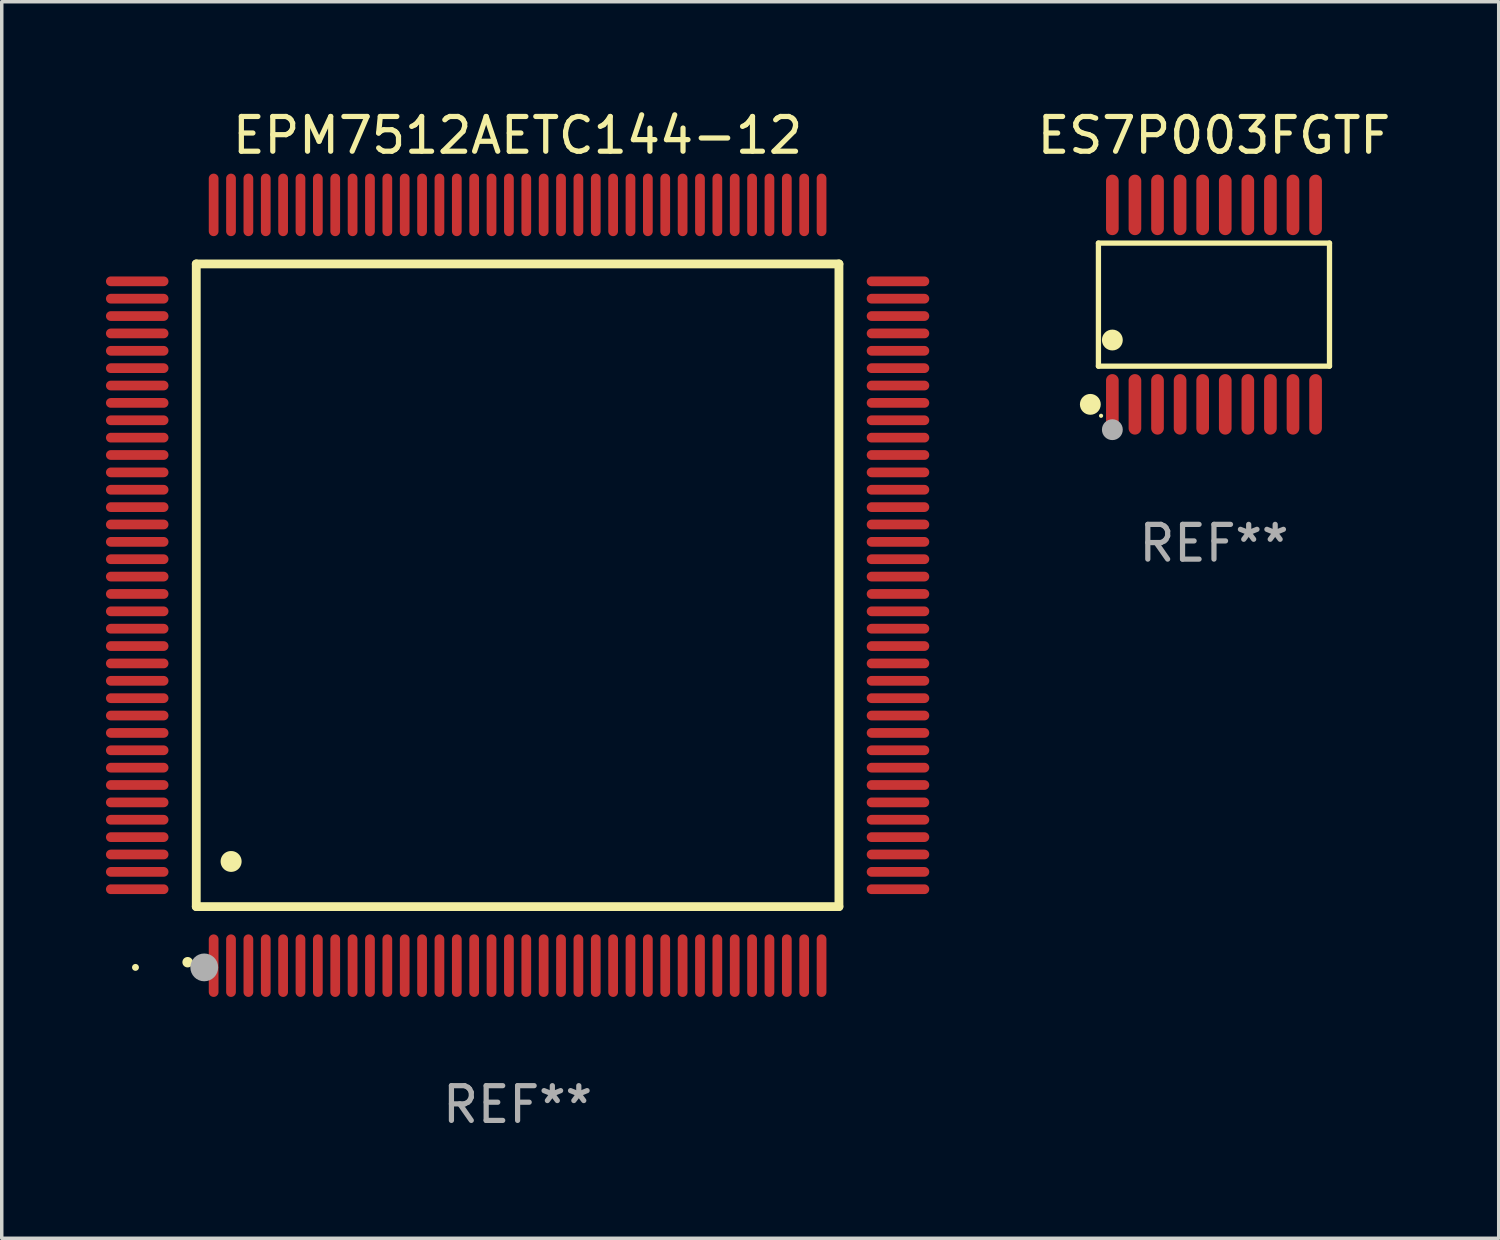
<source format=kicad_pcb>
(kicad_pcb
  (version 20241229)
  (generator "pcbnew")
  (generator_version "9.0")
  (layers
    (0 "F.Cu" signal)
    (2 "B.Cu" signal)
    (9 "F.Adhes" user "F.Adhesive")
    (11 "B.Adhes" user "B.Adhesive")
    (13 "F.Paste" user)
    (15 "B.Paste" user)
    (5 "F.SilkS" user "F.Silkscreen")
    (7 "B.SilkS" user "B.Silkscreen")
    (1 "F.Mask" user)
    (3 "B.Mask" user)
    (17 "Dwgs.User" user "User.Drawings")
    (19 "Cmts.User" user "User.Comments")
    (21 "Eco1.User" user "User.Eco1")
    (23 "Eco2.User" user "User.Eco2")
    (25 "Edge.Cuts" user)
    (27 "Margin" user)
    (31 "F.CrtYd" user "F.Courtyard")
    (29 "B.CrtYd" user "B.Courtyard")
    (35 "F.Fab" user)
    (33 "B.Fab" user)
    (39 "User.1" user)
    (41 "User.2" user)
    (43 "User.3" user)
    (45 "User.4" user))
  (footprint "ES7P003FGTF"
    (layer "F.Cu")
    (at 31.896 5.719)
    (property "Reference" "ES7P003FGTF" (at 0 -4.871 0) (layer "F.SilkS") (effects (font (size 1 1) (thickness 0.15))))
    (attr through_hole)
    (fp_line (start -3.326 -1.771) (end 3.326 -1.771) (stroke (width 0.152) (type solid)) (layer "F.SilkS"))
    (fp_line (start -3.326 1.771) (end -3.326 -1.771) (stroke (width 0.152) (type solid)) (layer "F.SilkS"))
    (fp_line (start 3.326 -1.771) (end 3.326 1.771) (stroke (width 0.152) (type solid)) (layer "F.SilkS"))
    (fp_line (start 3.326 1.771) (end -3.326 1.771) (stroke (width 0.152) (type solid)) (layer "F.SilkS"))
    (fp_circle (center -3.559 2.871) (end -3.409 2.871) (stroke (width 0.3) (type solid)) (fill no) (layer "F.SilkS"))
    (fp_circle (center -3.25 3.2) (end -3.22 3.2) (stroke (width 0.06) (type solid)) (fill no) (layer "F.SilkS"))
    (fp_circle (center -2.925 1.019) (end -2.775 1.019) (stroke (width 0.3) (type solid)) (fill no) (layer "F.SilkS"))
    (fp_circle (center -2.925 3.6) (end -2.775 3.6) (stroke (width 0.3) (type solid)) (fill no) (layer "F.Fab"))
    (fp_text user "REF**" (at 0 6.871 0) (layer "F.Fab") (effects (font (size 1 1) (thickness 0.15))))
    (pad "1" smd oval (at -2.925 2.871) (size 0.364 1.742) (layers "F.Cu" "F.Mask" "F.Paste"))
    (pad "2" smd oval (at -2.275 2.871) (size 0.364 1.742) (layers "F.Cu" "F.Mask" "F.Paste"))
    (pad "3" smd oval (at -1.625 2.871) (size 0.364 1.742) (layers "F.Cu" "F.Mask" "F.Paste"))
    (pad "4" smd oval (at -0.975 2.871) (size 0.364 1.742) (layers "F.Cu" "F.Mask" "F.Paste"))
    (pad "5" smd oval (at -0.325 2.871) (size 0.364 1.742) (layers "F.Cu" "F.Mask" "F.Paste"))
    (pad "6" smd oval (at 0.325 2.871) (size 0.364 1.742) (layers "F.Cu" "F.Mask" "F.Paste"))
    (pad "7" smd oval (at 0.975 2.871) (size 0.364 1.742) (layers "F.Cu" "F.Mask" "F.Paste"))
    (pad "8" smd oval (at 1.625 2.871) (size 0.364 1.742) (layers "F.Cu" "F.Mask" "F.Paste"))
    (pad "9" smd oval (at 2.275 2.871) (size 0.364 1.742) (layers "F.Cu" "F.Mask" "F.Paste"))
    (pad "10" smd oval (at 2.925 2.871) (size 0.364 1.742) (layers "F.Cu" "F.Mask" "F.Paste"))
    (pad "11" smd oval (at 2.925 -2.871) (size 0.364 1.742) (layers "F.Cu" "F.Mask" "F.Paste"))
    (pad "12" smd oval (at 2.275 -2.871) (size 0.364 1.742) (layers "F.Cu" "F.Mask" "F.Paste"))
    (pad "13" smd oval (at 1.625 -2.871) (size 0.364 1.742) (layers "F.Cu" "F.Mask" "F.Paste"))
    (pad "14" smd oval (at 0.975 -2.871) (size 0.364 1.742) (layers "F.Cu" "F.Mask" "F.Paste"))
    (pad "15" smd oval (at 0.325 -2.871) (size 0.364 1.742) (layers "F.Cu" "F.Mask" "F.Paste"))
    (pad "16" smd oval (at -0.325 -2.871) (size 0.364 1.742) (layers "F.Cu" "F.Mask" "F.Paste"))
    (pad "17" smd oval (at -0.975 -2.871) (size 0.364 1.742) (layers "F.Cu" "F.Mask" "F.Paste"))
    (pad "18" smd oval (at -1.625 -2.871) (size 0.364 1.742) (layers "F.Cu" "F.Mask" "F.Paste"))
    (pad "19" smd oval (at -2.275 -2.871) (size 0.364 1.742) (layers "F.Cu" "F.Mask" "F.Paste"))
    (pad "20" smd oval (at -2.925 -2.871) (size 0.364 1.742) (layers "F.Cu" "F.Mask" "F.Paste")))
  (footprint "EPM7512AETC144-12"
    (layer "F.Cu")
    (at 11.85 13.798)
    (property "Reference" "EPM7512AETC144-12" (at 0 -12.95 0) (layer "F.SilkS") (effects (font (size 1 1) (thickness 0.15))))
    (attr through_hole)
    (fp_line (start -9.25 -9.25) (end -9.25 9.25) (stroke (width 0.254) (type solid)) (layer "F.SilkS"))
    (fp_line (start -9.25 9.25) (end 9.25 9.25) (stroke (width 0.254) (type solid)) (layer "F.SilkS"))
    (fp_line (start 9.25 -9.25) (end -9.25 -9.25) (stroke (width 0.254) (type solid)) (layer "F.SilkS"))
    (fp_line (start 9.25 9.25) (end 9.25 -9.25) (stroke (width 0.254) (type solid)) (layer "F.SilkS"))
    (fp_arc (start -9.499619 10.850902) (mid -9.498349 10.850897) (end -9.497079 10.850902) (stroke (width 0.3) (type solid)) (layer "F.SilkS"))
    (fp_arc (start -8.249936 7.950216) (mid -8.247396 7.950205) (end -8.244856 7.950216) (stroke (width 0.6) (type solid)) (layer "F.SilkS"))
    (fp_circle (center -11 11) (end -10.95 11) (stroke (width 0.1) (type solid)) (fill no) (layer "F.SilkS"))
    (fp_circle (center -9.02 11) (end -8.82 11) (stroke (width 0.4) (type solid)) (fill no) (layer "F.Fab"))
    (fp_text user "REF**" (at 0 14.95 0) (layer "F.Fab") (effects (font (size 1 1) (thickness 0.15))))
    (pad "1" smd oval (at -8.75 10.95) (size 0.28 1.8) (layers "F.Cu" "F.Mask" "F.Paste"))
    (pad "2" smd oval (at -8.25 10.95) (size 0.28 1.8) (layers "F.Cu" "F.Mask" "F.Paste"))
    (pad "3" smd oval (at -7.75 10.95) (size 0.28 1.8) (layers "F.Cu" "F.Mask" "F.Paste"))
    (pad "4" smd oval (at -7.25 10.95) (size 0.28 1.8) (layers "F.Cu" "F.Mask" "F.Paste"))
    (pad "5" smd oval (at -6.75 10.95) (size 0.28 1.8) (layers "F.Cu" "F.Mask" "F.Paste"))
    (pad "6" smd oval (at -6.25 10.95) (size 0.28 1.8) (layers "F.Cu" "F.Mask" "F.Paste"))
    (pad "7" smd oval (at -5.75 10.95) (size 0.28 1.8) (layers "F.Cu" "F.Mask" "F.Paste"))
    (pad "8" smd oval (at -5.25 10.95) (size 0.28 1.8) (layers "F.Cu" "F.Mask" "F.Paste"))
    (pad "9" smd oval (at -4.75 10.95) (size 0.28 1.8) (layers "F.Cu" "F.Mask" "F.Paste"))
    (pad "10" smd oval (at -4.25 10.95) (size 0.28 1.8) (layers "F.Cu" "F.Mask" "F.Paste"))
    (pad "11" smd oval (at -3.75 10.95) (size 0.28 1.8) (layers "F.Cu" "F.Mask" "F.Paste"))
    (pad "12" smd oval (at -3.25 10.95) (size 0.28 1.8) (layers "F.Cu" "F.Mask" "F.Paste"))
    (pad "13" smd oval (at -2.75 10.95) (size 0.28 1.8) (layers "F.Cu" "F.Mask" "F.Paste"))
    (pad "14" smd oval (at -2.25 10.95) (size 0.28 1.8) (layers "F.Cu" "F.Mask" "F.Paste"))
    (pad "15" smd oval (at -1.75 10.95) (size 0.28 1.8) (layers "F.Cu" "F.Mask" "F.Paste"))
    (pad "16" smd oval (at -1.25 10.95) (size 0.28 1.8) (layers "F.Cu" "F.Mask" "F.Paste"))
    (pad "17" smd oval (at -0.75 10.95) (size 0.28 1.8) (layers "F.Cu" "F.Mask" "F.Paste"))
    (pad "18" smd oval (at -0.25 10.95) (size 0.28 1.8) (layers "F.Cu" "F.Mask" "F.Paste"))
    (pad "19" smd oval (at 0.25 10.95) (size 0.28 1.8) (layers "F.Cu" "F.Mask" "F.Paste"))
    (pad "20" smd oval (at 0.75 10.95) (size 0.28 1.8) (layers "F.Cu" "F.Mask" "F.Paste"))
    (pad "21" smd oval (at 1.25 10.95) (size 0.28 1.8) (layers "F.Cu" "F.Mask" "F.Paste"))
    (pad "22" smd oval (at 1.75 10.95) (size 0.28 1.8) (layers "F.Cu" "F.Mask" "F.Paste"))
    (pad "23" smd oval (at 2.25 10.95) (size 0.28 1.8) (layers "F.Cu" "F.Mask" "F.Paste"))
    (pad "24" smd oval (at 2.75 10.95) (size 0.28 1.8) (layers "F.Cu" "F.Mask" "F.Paste"))
    (pad "25" smd oval (at 3.25 10.95) (size 0.28 1.8) (layers "F.Cu" "F.Mask" "F.Paste"))
    (pad "26" smd oval (at 3.75 10.95) (size 0.28 1.8) (layers "F.Cu" "F.Mask" "F.Paste"))
    (pad "27" smd oval (at 4.25 10.95) (size 0.28 1.8) (layers "F.Cu" "F.Mask" "F.Paste"))
    (pad "28" smd oval (at 4.75 10.95) (size 0.28 1.8) (layers "F.Cu" "F.Mask" "F.Paste"))
    (pad "29" smd oval (at 5.25 10.95) (size 0.28 1.8) (layers "F.Cu" "F.Mask" "F.Paste"))
    (pad "30" smd oval (at 5.75 10.95) (size 0.28 1.8) (layers "F.Cu" "F.Mask" "F.Paste"))
    (pad "31" smd oval (at 6.25 10.95) (size 0.28 1.8) (layers "F.Cu" "F.Mask" "F.Paste"))
    (pad "32" smd oval (at 6.75 10.95) (size 0.28 1.8) (layers "F.Cu" "F.Mask" "F.Paste"))
    (pad "33" smd oval (at 7.25 10.95) (size 0.28 1.8) (layers "F.Cu" "F.Mask" "F.Paste"))
    (pad "34" smd oval (at 7.75 10.95) (size 0.28 1.8) (layers "F.Cu" "F.Mask" "F.Paste"))
    (pad "35" smd oval (at 8.25 10.95) (size 0.28 1.8) (layers "F.Cu" "F.Mask" "F.Paste"))
    (pad "36" smd oval (at 8.75 10.95) (size 0.28 1.8) (layers "F.Cu" "F.Mask" "F.Paste"))
    (pad "37" smd oval (at 10.95 8.75) (size 1.8 0.28) (layers "F.Cu" "F.Mask" "F.Paste"))
    (pad "38" smd oval (at 10.95 8.25) (size 1.8 0.28) (layers "F.Cu" "F.Mask" "F.Paste"))
    (pad "39" smd oval (at 10.95 7.75) (size 1.8 0.28) (layers "F.Cu" "F.Mask" "F.Paste"))
    (pad "40" smd oval (at 10.95 7.25) (size 1.8 0.28) (layers "F.Cu" "F.Mask" "F.Paste"))
    (pad "41" smd oval (at 10.95 6.75) (size 1.8 0.28) (layers "F.Cu" "F.Mask" "F.Paste"))
    (pad "42" smd oval (at 10.95 6.25) (size 1.8 0.28) (layers "F.Cu" "F.Mask" "F.Paste"))
    (pad "43" smd oval (at 10.95 5.75) (size 1.8 0.28) (layers "F.Cu" "F.Mask" "F.Paste"))
    (pad "44" smd oval (at 10.95 5.25) (size 1.8 0.28) (layers "F.Cu" "F.Mask" "F.Paste"))
    (pad "45" smd oval (at 10.95 4.75) (size 1.8 0.28) (layers "F.Cu" "F.Mask" "F.Paste"))
    (pad "46" smd oval (at 10.95 4.25) (size 1.8 0.28) (layers "F.Cu" "F.Mask" "F.Paste"))
    (pad "47" smd oval (at 10.95 3.75) (size 1.8 0.28) (layers "F.Cu" "F.Mask" "F.Paste"))
    (pad "48" smd oval (at 10.95 3.25) (size 1.8 0.28) (layers "F.Cu" "F.Mask" "F.Paste"))
    (pad "49" smd oval (at 10.95 2.75) (size 1.8 0.28) (layers "F.Cu" "F.Mask" "F.Paste"))
    (pad "50" smd oval (at 10.95 2.25) (size 1.8 0.28) (layers "F.Cu" "F.Mask" "F.Paste"))
    (pad "51" smd oval (at 10.95 1.75) (size 1.8 0.28) (layers "F.Cu" "F.Mask" "F.Paste"))
    (pad "52" smd oval (at 10.95 1.25) (size 1.8 0.28) (layers "F.Cu" "F.Mask" "F.Paste"))
    (pad "53" smd oval (at 10.95 0.75) (size 1.8 0.28) (layers "F.Cu" "F.Mask" "F.Paste"))
    (pad "54" smd oval (at 10.95 0.25) (size 1.8 0.28) (layers "F.Cu" "F.Mask" "F.Paste"))
    (pad "55" smd oval (at 10.95 -0.25) (size 1.8 0.28) (layers "F.Cu" "F.Mask" "F.Paste"))
    (pad "56" smd oval (at 10.95 -0.75) (size 1.8 0.28) (layers "F.Cu" "F.Mask" "F.Paste"))
    (pad "57" smd oval (at 10.95 -1.25) (size 1.8 0.28) (layers "F.Cu" "F.Mask" "F.Paste"))
    (pad "58" smd oval (at 10.95 -1.75) (size 1.8 0.28) (layers "F.Cu" "F.Mask" "F.Paste"))
    (pad "59" smd oval (at 10.95 -2.25) (size 1.8 0.28) (layers "F.Cu" "F.Mask" "F.Paste"))
    (pad "60" smd oval (at 10.95 -2.75) (size 1.8 0.28) (layers "F.Cu" "F.Mask" "F.Paste"))
    (pad "61" smd oval (at 10.95 -3.25) (size 1.8 0.28) (layers "F.Cu" "F.Mask" "F.Paste"))
    (pad "62" smd oval (at 10.95 -3.75) (size 1.8 0.28) (layers "F.Cu" "F.Mask" "F.Paste"))
    (pad "63" smd oval (at 10.95 -4.25) (size 1.8 0.28) (layers "F.Cu" "F.Mask" "F.Paste"))
    (pad "64" smd oval (at 10.95 -4.75) (size 1.8 0.28) (layers "F.Cu" "F.Mask" "F.Paste"))
    (pad "65" smd oval (at 10.95 -5.25) (size 1.8 0.28) (layers "F.Cu" "F.Mask" "F.Paste"))
    (pad "66" smd oval (at 10.95 -5.75) (size 1.8 0.28) (layers "F.Cu" "F.Mask" "F.Paste"))
    (pad "67" smd oval (at 10.95 -6.25) (size 1.8 0.28) (layers "F.Cu" "F.Mask" "F.Paste"))
    (pad "68" smd oval (at 10.95 -6.75) (size 1.8 0.28) (layers "F.Cu" "F.Mask" "F.Paste"))
    (pad "69" smd oval (at 10.95 -7.25) (size 1.8 0.28) (layers "F.Cu" "F.Mask" "F.Paste"))
    (pad "70" smd oval (at 10.95 -7.75) (size 1.8 0.28) (layers "F.Cu" "F.Mask" "F.Paste"))
    (pad "71" smd oval (at 10.95 -8.25) (size 1.8 0.28) (layers "F.Cu" "F.Mask" "F.Paste"))
    (pad "72" smd oval (at 10.95 -8.75) (size 1.8 0.28) (layers "F.Cu" "F.Mask" "F.Paste"))
    (pad "73" smd oval (at 8.75 -10.95) (size 0.28 1.8) (layers "F.Cu" "F.Mask" "F.Paste"))
    (pad "74" smd oval (at 8.25 -10.95) (size 0.28 1.8) (layers "F.Cu" "F.Mask" "F.Paste"))
    (pad "75" smd oval (at 7.75 -10.95) (size 0.28 1.8) (layers "F.Cu" "F.Mask" "F.Paste"))
    (pad "76" smd oval (at 7.25 -10.95) (size 0.28 1.8) (layers "F.Cu" "F.Mask" "F.Paste"))
    (pad "77" smd oval (at 6.75 -10.95) (size 0.28 1.8) (layers "F.Cu" "F.Mask" "F.Paste"))
    (pad "78" smd oval (at 6.25 -10.95) (size 0.28 1.8) (layers "F.Cu" "F.Mask" "F.Paste"))
    (pad "79" smd oval (at 5.75 -10.95) (size 0.28 1.8) (layers "F.Cu" "F.Mask" "F.Paste"))
    (pad "80" smd oval (at 5.25 -10.95) (size 0.28 1.8) (layers "F.Cu" "F.Mask" "F.Paste"))
    (pad "81" smd oval (at 4.75 -10.95) (size 0.28 1.8) (layers "F.Cu" "F.Mask" "F.Paste"))
    (pad "82" smd oval (at 4.25 -10.95) (size 0.28 1.8) (layers "F.Cu" "F.Mask" "F.Paste"))
    (pad "83" smd oval (at 3.75 -10.95) (size 0.28 1.8) (layers "F.Cu" "F.Mask" "F.Paste"))
    (pad "84" smd oval (at 3.25 -10.95) (size 0.28 1.8) (layers "F.Cu" "F.Mask" "F.Paste"))
    (pad "85" smd oval (at 2.75 -10.95) (size 0.28 1.8) (layers "F.Cu" "F.Mask" "F.Paste"))
    (pad "86" smd oval (at 2.25 -10.95) (size 0.28 1.8) (layers "F.Cu" "F.Mask" "F.Paste"))
    (pad "87" smd oval (at 1.75 -10.95) (size 0.28 1.8) (layers "F.Cu" "F.Mask" "F.Paste"))
    (pad "88" smd oval (at 1.25 -10.95) (size 0.28 1.8) (layers "F.Cu" "F.Mask" "F.Paste"))
    (pad "89" smd oval (at 0.75 -10.95) (size 0.28 1.8) (layers "F.Cu" "F.Mask" "F.Paste"))
    (pad "90" smd oval (at 0.25 -10.95) (size 0.28 1.8) (layers "F.Cu" "F.Mask" "F.Paste"))
    (pad "91" smd oval (at -0.25 -10.95) (size 0.28 1.8) (layers "F.Cu" "F.Mask" "F.Paste"))
    (pad "92" smd oval (at -0.75 -10.95) (size 0.28 1.8) (layers "F.Cu" "F.Mask" "F.Paste"))
    (pad "93" smd oval (at -1.25 -10.95) (size 0.28 1.8) (layers "F.Cu" "F.Mask" "F.Paste"))
    (pad "94" smd oval (at -1.75 -10.95) (size 0.28 1.8) (layers "F.Cu" "F.Mask" "F.Paste"))
    (pad "95" smd oval (at -2.25 -10.95) (size 0.28 1.8) (layers "F.Cu" "F.Mask" "F.Paste"))
    (pad "96" smd oval (at -2.75 -10.95) (size 0.28 1.8) (layers "F.Cu" "F.Mask" "F.Paste"))
    (pad "97" smd oval (at -3.25 -10.95) (size 0.28 1.8) (layers "F.Cu" "F.Mask" "F.Paste"))
    (pad "98" smd oval (at -3.75 -10.95) (size 0.28 1.8) (layers "F.Cu" "F.Mask" "F.Paste"))
    (pad "99" smd oval (at -4.25 -10.95) (size 0.28 1.8) (layers "F.Cu" "F.Mask" "F.Paste"))
    (pad "100" smd oval (at -4.75 -10.95) (size 0.28 1.8) (layers "F.Cu" "F.Mask" "F.Paste"))
    (pad "101" smd oval (at -5.25 -10.95) (size 0.28 1.8) (layers "F.Cu" "F.Mask" "F.Paste"))
    (pad "102" smd oval (at -5.75 -10.95) (size 0.28 1.8) (layers "F.Cu" "F.Mask" "F.Paste"))
    (pad "103" smd oval (at -6.25 -10.95) (size 0.28 1.8) (layers "F.Cu" "F.Mask" "F.Paste"))
    (pad "104" smd oval (at -6.75 -10.95) (size 0.28 1.8) (layers "F.Cu" "F.Mask" "F.Paste"))
    (pad "105" smd oval (at -7.25 -10.95) (size 0.28 1.8) (layers "F.Cu" "F.Mask" "F.Paste"))
    (pad "106" smd oval (at -7.75 -10.95) (size 0.28 1.8) (layers "F.Cu" "F.Mask" "F.Paste"))
    (pad "107" smd oval (at -8.25 -10.95) (size 0.28 1.8) (layers "F.Cu" "F.Mask" "F.Paste"))
    (pad "108" smd oval (at -8.75 -10.95) (size 0.28 1.8) (layers "F.Cu" "F.Mask" "F.Paste"))
    (pad "109" smd oval (at -10.95 -8.75) (size 1.8 0.28) (layers "F.Cu" "F.Mask" "F.Paste"))
    (pad "110" smd oval (at -10.95 -8.25) (size 1.8 0.28) (layers "F.Cu" "F.Mask" "F.Paste"))
    (pad "111" smd oval (at -10.95 -7.75) (size 1.8 0.28) (layers "F.Cu" "F.Mask" "F.Paste"))
    (pad "112" smd oval (at -10.95 -7.25) (size 1.8 0.28) (layers "F.Cu" "F.Mask" "F.Paste"))
    (pad "113" smd oval (at -10.95 -6.75) (size 1.8 0.28) (layers "F.Cu" "F.Mask" "F.Paste"))
    (pad "114" smd oval (at -10.95 -6.25) (size 1.8 0.28) (layers "F.Cu" "F.Mask" "F.Paste"))
    (pad "115" smd oval (at -10.95 -5.75) (size 1.8 0.28) (layers "F.Cu" "F.Mask" "F.Paste"))
    (pad "116" smd oval (at -10.95 -5.25) (size 1.8 0.28) (layers "F.Cu" "F.Mask" "F.Paste"))
    (pad "117" smd oval (at -10.95 -4.75) (size 1.8 0.28) (layers "F.Cu" "F.Mask" "F.Paste"))
    (pad "118" smd oval (at -10.95 -4.25) (size 1.8 0.28) (layers "F.Cu" "F.Mask" "F.Paste"))
    (pad "119" smd oval (at -10.95 -3.75) (size 1.8 0.28) (layers "F.Cu" "F.Mask" "F.Paste"))
    (pad "120" smd oval (at -10.95 -3.25) (size 1.8 0.28) (layers "F.Cu" "F.Mask" "F.Paste"))
    (pad "121" smd oval (at -10.95 -2.75) (size 1.8 0.28) (layers "F.Cu" "F.Mask" "F.Paste"))
    (pad "122" smd oval (at -10.95 -2.25) (size 1.8 0.28) (layers "F.Cu" "F.Mask" "F.Paste"))
    (pad "123" smd oval (at -10.95 -1.75) (size 1.8 0.28) (layers "F.Cu" "F.Mask" "F.Paste"))
    (pad "124" smd oval (at -10.95 -1.25) (size 1.8 0.28) (layers "F.Cu" "F.Mask" "F.Paste"))
    (pad "125" smd oval (at -10.95 -0.75) (size 1.8 0.28) (layers "F.Cu" "F.Mask" "F.Paste"))
    (pad "126" smd oval (at -10.95 -0.25) (size 1.8 0.28) (layers "F.Cu" "F.Mask" "F.Paste"))
    (pad "127" smd oval (at -10.95 0.25) (size 1.8 0.28) (layers "F.Cu" "F.Mask" "F.Paste"))
    (pad "128" smd oval (at -10.95 0.75) (size 1.8 0.28) (layers "F.Cu" "F.Mask" "F.Paste"))
    (pad "129" smd oval (at -10.95 1.25) (size 1.8 0.28) (layers "F.Cu" "F.Mask" "F.Paste"))
    (pad "130" smd oval (at -10.95 1.75) (size 1.8 0.28) (layers "F.Cu" "F.Mask" "F.Paste"))
    (pad "131" smd oval (at -10.95 2.25) (size 1.8 0.28) (layers "F.Cu" "F.Mask" "F.Paste"))
    (pad "132" smd oval (at -10.95 2.75) (size 1.8 0.28) (layers "F.Cu" "F.Mask" "F.Paste"))
    (pad "133" smd oval (at -10.95 3.25) (size 1.8 0.28) (layers "F.Cu" "F.Mask" "F.Paste"))
    (pad "134" smd oval (at -10.95 3.75) (size 1.8 0.28) (layers "F.Cu" "F.Mask" "F.Paste"))
    (pad "135" smd oval (at -10.95 4.25) (size 1.8 0.28) (layers "F.Cu" "F.Mask" "F.Paste"))
    (pad "136" smd oval (at -10.95 4.75) (size 1.8 0.28) (layers "F.Cu" "F.Mask" "F.Paste"))
    (pad "137" smd oval (at -10.95 5.25) (size 1.8 0.28) (layers "F.Cu" "F.Mask" "F.Paste"))
    (pad "138" smd oval (at -10.95 5.75) (size 1.8 0.28) (layers "F.Cu" "F.Mask" "F.Paste"))
    (pad "139" smd oval (at -10.95 6.25) (size 1.8 0.28) (layers "F.Cu" "F.Mask" "F.Paste"))
    (pad "140" smd oval (at -10.95 6.75) (size 1.8 0.28) (layers "F.Cu" "F.Mask" "F.Paste"))
    (pad "141" smd oval (at -10.95 7.25) (size 1.8 0.28) (layers "F.Cu" "F.Mask" "F.Paste"))
    (pad "142" smd oval (at -10.95 7.75) (size 1.8 0.28) (layers "F.Cu" "F.Mask" "F.Paste"))
    (pad "143" smd oval (at -10.95 8.25) (size 1.8 0.28) (layers "F.Cu" "F.Mask" "F.Paste"))
    (pad "144" smd oval (at -10.95 8.75) (size 1.8 0.28) (layers "F.Cu" "F.Mask" "F.Paste")))
  (gr_rect
    (start -3 -3)
    (end 40.093 32.596)
    (stroke (width 0.1) (type default))
    (fill no)
    (layer "Edge.Cuts")))
</source>
